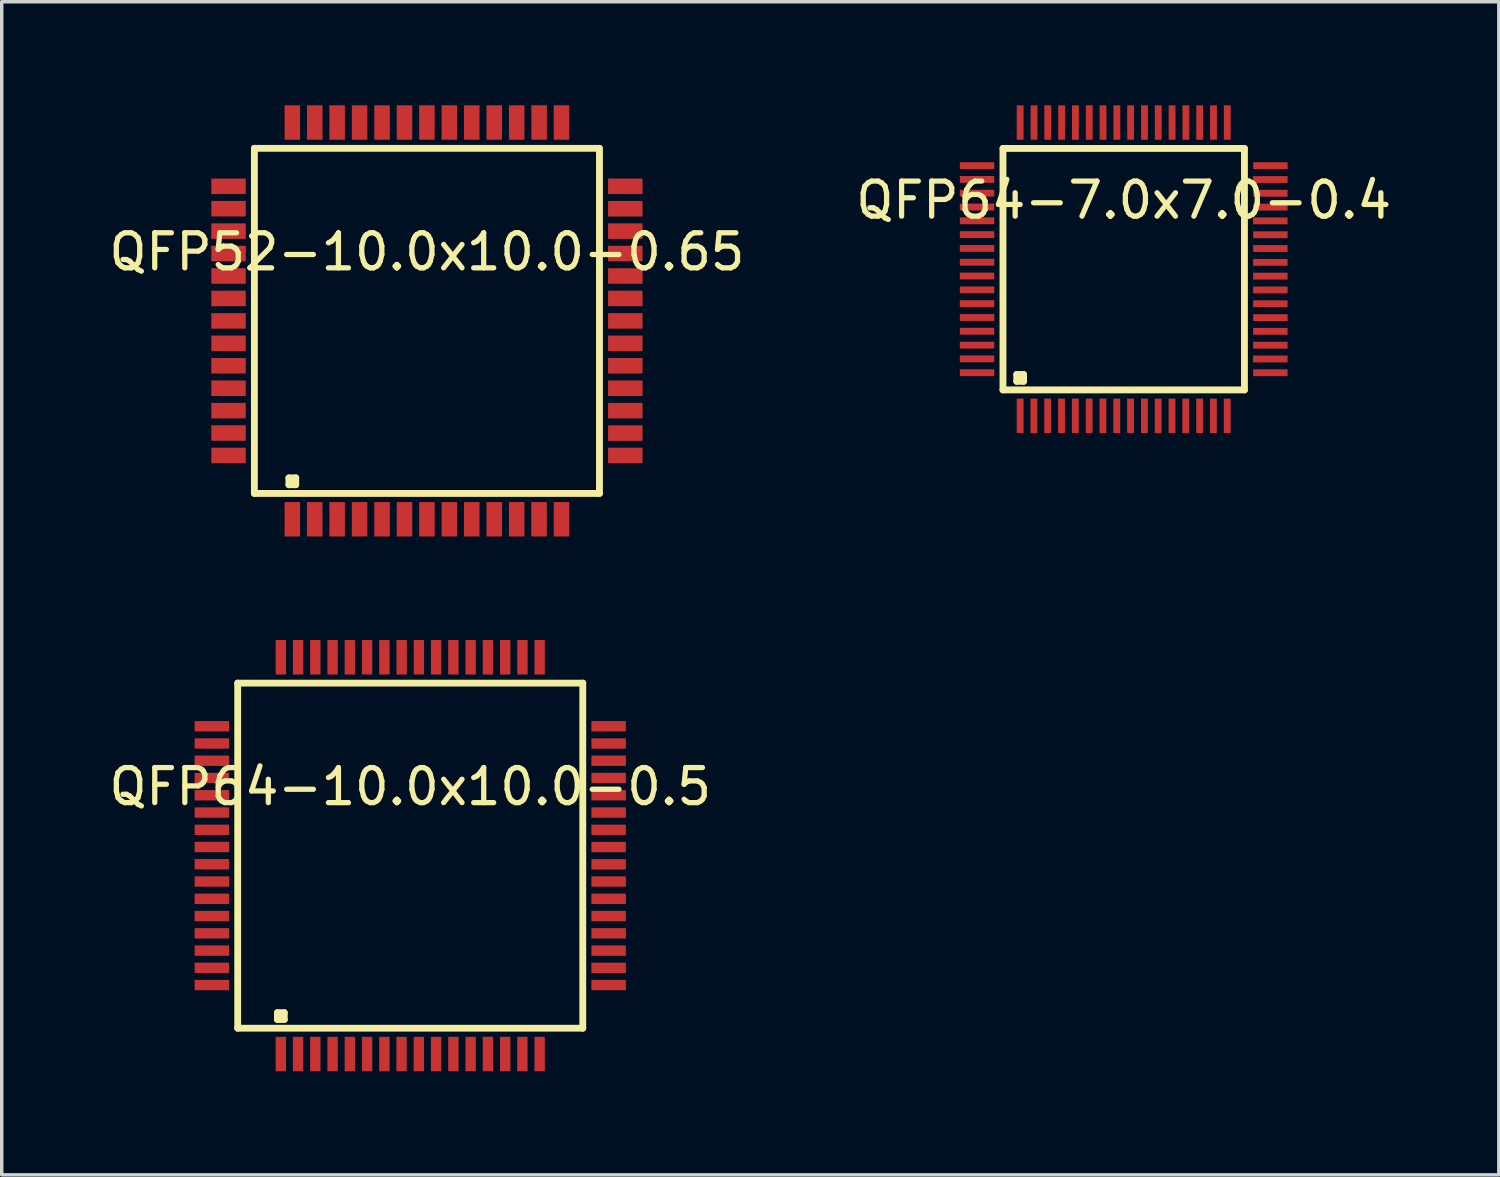
<source format=kicad_pcb>
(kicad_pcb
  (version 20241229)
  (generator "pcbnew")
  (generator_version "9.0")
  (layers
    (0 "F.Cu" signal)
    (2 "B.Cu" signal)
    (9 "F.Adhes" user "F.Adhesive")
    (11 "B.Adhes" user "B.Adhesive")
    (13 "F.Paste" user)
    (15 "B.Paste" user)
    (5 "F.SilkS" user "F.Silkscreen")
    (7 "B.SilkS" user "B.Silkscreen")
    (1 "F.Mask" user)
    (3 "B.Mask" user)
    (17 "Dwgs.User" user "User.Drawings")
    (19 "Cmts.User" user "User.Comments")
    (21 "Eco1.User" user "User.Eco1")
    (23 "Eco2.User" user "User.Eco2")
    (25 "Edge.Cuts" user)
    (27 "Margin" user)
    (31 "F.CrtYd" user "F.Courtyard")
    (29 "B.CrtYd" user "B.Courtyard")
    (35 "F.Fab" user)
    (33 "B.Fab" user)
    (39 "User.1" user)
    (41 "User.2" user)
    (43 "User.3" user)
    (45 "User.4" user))
  (footprint "QFP64-10.0x10.0-0.5"
    (layer "F.Cu")
    (at 8.836 21.741)
    (property "Reference" "QFP64-10.0x10.0-0.5" (at 0 -1.999 0) (layer "F.SilkS") (effects (font (size 1.016 1.016) (thickness 0.152))))
    (attr through_hole)
    (fp_line (start -4.999 -4.999) (end 4.999 -4.999) (stroke (width 0.198) (type solid)) (layer "F.SilkS"))
    (fp_line (start -4.999 4.999) (end -4.999 -4.999) (stroke (width 0.198) (type solid)) (layer "F.SilkS"))
    (fp_line (start -3.848 4.549) (end -3.65 4.549) (stroke (width 0.198) (type solid)) (layer "F.SilkS"))
    (fp_line (start -3.848 4.747) (end -3.848 4.549) (stroke (width 0.198) (type solid)) (layer "F.SilkS"))
    (fp_line (start -3.65 4.549) (end -3.65 4.747) (stroke (width 0.198) (type solid)) (layer "F.SilkS"))
    (fp_line (start -3.65 4.747) (end -3.848 4.747) (stroke (width 0.198) (type solid)) (layer "F.SilkS"))
    (fp_line (start 4.999 -4.999) (end 4.999 4.999) (stroke (width 0.198) (type solid)) (layer "F.SilkS"))
    (fp_line (start 4.999 4.999) (end -4.999 4.999) (stroke (width 0.198) (type solid)) (layer "F.SilkS"))
    (pad "1" smd rect (at -3.749 5.748) (size 0.3 0.998) (layers "*.Mask" "F.Cu"))
    (pad "2" smd rect (at -3.251 5.748) (size 0.3 0.998) (layers "*.Mask" "F.Cu"))
    (pad "3" smd rect (at -2.751 5.748) (size 0.3 0.998) (layers "*.Mask" "F.Cu"))
    (pad "4" smd rect (at -2.25 5.748) (size 0.3 0.998) (layers "*.Mask" "F.Cu"))
    (pad "5" smd rect (at -1.75 5.748) (size 0.3 0.998) (layers "*.Mask" "F.Cu"))
    (pad "6" smd rect (at -1.25 5.748) (size 0.3 0.998) (layers "*.Mask" "F.Cu"))
    (pad "7" smd rect (at -0.749 5.748) (size 0.3 0.998) (layers "*.Mask" "F.Cu"))
    (pad "8" smd rect (at -0.251 5.748) (size 0.3 0.998) (layers "*.Mask" "F.Cu"))
    (pad "9" smd rect (at 0.249 5.748) (size 0.3 0.998) (layers "*.Mask" "F.Cu"))
    (pad "10" smd rect (at 0.749 5.748) (size 0.3 0.998) (layers "*.Mask" "F.Cu"))
    (pad "11" smd rect (at 1.25 5.748) (size 0.3 0.998) (layers "*.Mask" "F.Cu"))
    (pad "12" smd rect (at 1.75 5.748) (size 0.3 0.998) (layers "*.Mask" "F.Cu"))
    (pad "13" smd rect (at 2.25 5.748) (size 0.3 0.998) (layers "*.Mask" "F.Cu"))
    (pad "14" smd rect (at 2.751 5.748) (size 0.3 0.998) (layers "*.Mask" "F.Cu"))
    (pad "15" smd rect (at 3.249 5.748) (size 0.3 0.998) (layers "*.Mask" "F.Cu"))
    (pad "16" smd rect (at 3.749 5.748) (size 0.3 0.998) (layers "*.Mask" "F.Cu"))
    (pad "17" smd rect (at 5.748 3.749 90) (size 0.3 0.998) (layers "*.Mask" "F.Cu"))
    (pad "18" smd rect (at 5.748 3.251 90) (size 0.3 0.998) (layers "*.Mask" "F.Cu"))
    (pad "19" smd rect (at 5.748 2.751 90) (size 0.3 0.998) (layers "*.Mask" "F.Cu"))
    (pad "20" smd rect (at 5.748 2.25 90) (size 0.3 0.998) (layers "*.Mask" "F.Cu"))
    (pad "21" smd rect (at 5.748 1.75 90) (size 0.3 0.998) (layers "*.Mask" "F.Cu"))
    (pad "22" smd rect (at 5.748 1.25 90) (size 0.3 0.998) (layers "*.Mask" "F.Cu"))
    (pad "23" smd rect (at 5.748 0.749 90) (size 0.3 0.998) (layers "*.Mask" "F.Cu"))
    (pad "24" smd rect (at 5.748 0.251 90) (size 0.3 0.998) (layers "*.Mask" "F.Cu"))
    (pad "25" smd rect (at 5.748 -0.249 90) (size 0.3 0.998) (layers "*.Mask" "F.Cu"))
    (pad "26" smd rect (at 5.748 -0.749 90) (size 0.3 0.998) (layers "*.Mask" "F.Cu"))
    (pad "27" smd rect (at 5.748 -1.25 90) (size 0.3 0.998) (layers "*.Mask" "F.Cu"))
    (pad "28" smd rect (at 5.748 -1.75 90) (size 0.3 0.998) (layers "*.Mask" "F.Cu"))
    (pad "29" smd rect (at 5.748 -2.25 90) (size 0.3 0.998) (layers "*.Mask" "F.Cu"))
    (pad "30" smd rect (at 5.748 -2.751 90) (size 0.3 0.998) (layers "*.Mask" "F.Cu"))
    (pad "31" smd rect (at 5.748 -3.249 90) (size 0.3 0.998) (layers "*.Mask" "F.Cu"))
    (pad "32" smd rect (at 5.748 -3.749 90) (size 0.3 0.998) (layers "*.Mask" "F.Cu"))
    (pad "33" smd rect (at 3.749 -5.748) (size 0.3 0.998) (layers "*.Mask" "F.Cu"))
    (pad "34" smd rect (at 3.251 -5.748) (size 0.3 0.998) (layers "*.Mask" "F.Cu"))
    (pad "35" smd rect (at 2.751 -5.748) (size 0.3 0.998) (layers "*.Mask" "F.Cu"))
    (pad "36" smd rect (at 2.25 -5.748) (size 0.3 0.998) (layers "*.Mask" "F.Cu"))
    (pad "37" smd rect (at 1.75 -5.748) (size 0.3 0.998) (layers "*.Mask" "F.Cu"))
    (pad "38" smd rect (at 1.25 -5.748) (size 0.3 0.998) (layers "*.Mask" "F.Cu"))
    (pad "39" smd rect (at 0.749 -5.748) (size 0.3 0.998) (layers "*.Mask" "F.Cu"))
    (pad "40" smd rect (at 0.251 -5.748) (size 0.3 0.998) (layers "*.Mask" "F.Cu"))
    (pad "41" smd rect (at -0.249 -5.748) (size 0.3 0.998) (layers "*.Mask" "F.Cu"))
    (pad "42" smd rect (at -0.749 -5.748) (size 0.3 0.998) (layers "*.Mask" "F.Cu"))
    (pad "43" smd rect (at -1.25 -5.748) (size 0.3 0.998) (layers "*.Mask" "F.Cu"))
    (pad "44" smd rect (at -1.75 -5.748) (size 0.3 0.998) (layers "*.Mask" "F.Cu"))
    (pad "45" smd rect (at -2.25 -5.748) (size 0.3 0.998) (layers "*.Mask" "F.Cu"))
    (pad "46" smd rect (at -2.751 -5.748) (size 0.3 0.998) (layers "*.Mask" "F.Cu"))
    (pad "47" smd rect (at -3.249 -5.748) (size 0.3 0.998) (layers "*.Mask" "F.Cu"))
    (pad "48" smd rect (at -3.749 -5.748) (size 0.3 0.998) (layers "*.Mask" "F.Cu"))
    (pad "49" smd rect (at -5.748 -3.749 90) (size 0.3 0.998) (layers "*.Mask" "F.Cu"))
    (pad "50" smd rect (at -5.748 -3.251 90) (size 0.3 0.998) (layers "*.Mask" "F.Cu"))
    (pad "51" smd rect (at -5.748 -2.751 90) (size 0.3 0.998) (layers "*.Mask" "F.Cu"))
    (pad "52" smd rect (at -5.748 -2.25 90) (size 0.3 0.998) (layers "*.Mask" "F.Cu"))
    (pad "53" smd rect (at -5.748 -1.75 90) (size 0.3 0.998) (layers "*.Mask" "F.Cu"))
    (pad "54" smd rect (at -5.748 -1.25 90) (size 0.3 0.998) (layers "*.Mask" "F.Cu"))
    (pad "55" smd rect (at -5.748 -0.749 90) (size 0.3 0.998) (layers "*.Mask" "F.Cu"))
    (pad "56" smd rect (at -5.748 -0.251 90) (size 0.3 0.998) (layers "*.Mask" "F.Cu"))
    (pad "57" smd rect (at -5.748 0.249 90) (size 0.3 0.998) (layers "*.Mask" "F.Cu"))
    (pad "58" smd rect (at -5.748 0.749 90) (size 0.3 0.998) (layers "*.Mask" "F.Cu"))
    (pad "59" smd rect (at -5.748 1.25 90) (size 0.3 0.998) (layers "*.Mask" "F.Cu"))
    (pad "60" smd rect (at -5.748 1.75 90) (size 0.3 0.998) (layers "*.Mask" "F.Cu"))
    (pad "61" smd rect (at -5.748 2.25 90) (size 0.3 0.998) (layers "*.Mask" "F.Cu"))
    (pad "62" smd rect (at -5.748 2.751 90) (size 0.3 0.998) (layers "*.Mask" "F.Cu"))
    (pad "63" smd rect (at -5.748 3.249 90) (size 0.3 0.998) (layers "*.Mask" "F.Cu"))
    (pad "64" smd rect (at -5.748 3.749 90) (size 0.3 0.998) (layers "*.Mask" "F.Cu")))
  (footprint "QFP64-7.0x7.0-0.4"
    (layer "F.Cu")
    (at 29.507 4.749)
    (property "Reference" "QFP64-7.0x7.0-0.4" (at 0 -1.999 0) (layer "F.SilkS") (effects (font (size 1.016 1.016) (thickness 0.152))))
    (attr through_hole)
    (fp_line (start -3.498 -3.498) (end 3.498 -3.498) (stroke (width 0.198) (type solid)) (layer "F.SilkS"))
    (fp_line (start -3.498 3.498) (end -3.498 -3.498) (stroke (width 0.198) (type solid)) (layer "F.SilkS"))
    (fp_line (start -3.099 3.051) (end -2.901 3.051) (stroke (width 0.198) (type solid)) (layer "F.SilkS"))
    (fp_line (start -3.099 3.249) (end -3.099 3.051) (stroke (width 0.198) (type solid)) (layer "F.SilkS"))
    (fp_line (start -2.901 3.051) (end -2.901 3.249) (stroke (width 0.198) (type solid)) (layer "F.SilkS"))
    (fp_line (start -2.901 3.249) (end -3.099 3.249) (stroke (width 0.198) (type solid)) (layer "F.SilkS"))
    (fp_line (start 3.498 -3.498) (end 3.498 3.498) (stroke (width 0.198) (type solid)) (layer "F.SilkS"))
    (fp_line (start 3.498 3.498) (end -3.498 3.498) (stroke (width 0.198) (type solid)) (layer "F.SilkS"))
    (pad "1" smd rect (at -3 4.249) (size 0.198 0.998) (layers "*.Mask" "F.Cu"))
    (pad "2" smd rect (at -2.601 4.249) (size 0.198 0.998) (layers "*.Mask" "F.Cu"))
    (pad "3" smd rect (at -2.202 4.249) (size 0.198 0.998) (layers "*.Mask" "F.Cu"))
    (pad "4" smd rect (at -1.801 4.249) (size 0.198 0.998) (layers "*.Mask" "F.Cu"))
    (pad "5" smd rect (at -1.402 4.249) (size 0.198 0.998) (layers "*.Mask" "F.Cu"))
    (pad "6" smd rect (at -1.001 4.249) (size 0.198 0.998) (layers "*.Mask" "F.Cu"))
    (pad "7" smd rect (at -0.602 4.249) (size 0.198 0.998) (layers "*.Mask" "F.Cu"))
    (pad "8" smd rect (at -0.201 4.249) (size 0.198 0.998) (layers "*.Mask" "F.Cu"))
    (pad "9" smd rect (at 0.198 4.249) (size 0.198 0.998) (layers "*.Mask" "F.Cu"))
    (pad "10" smd rect (at 0.599 4.249) (size 0.198 0.998) (layers "*.Mask" "F.Cu"))
    (pad "11" smd rect (at 0.998 4.249) (size 0.198 0.998) (layers "*.Mask" "F.Cu"))
    (pad "12" smd rect (at 1.4 4.249) (size 0.198 0.998) (layers "*.Mask" "F.Cu"))
    (pad "13" smd rect (at 1.798 4.249) (size 0.198 0.998) (layers "*.Mask" "F.Cu"))
    (pad "14" smd rect (at 2.2 4.249) (size 0.198 0.998) (layers "*.Mask" "F.Cu"))
    (pad "15" smd rect (at 2.598 4.249) (size 0.198 0.998) (layers "*.Mask" "F.Cu"))
    (pad "16" smd rect (at 3 4.249) (size 0.198 0.998) (layers "*.Mask" "F.Cu"))
    (pad "17" smd rect (at 4.249 3 90) (size 0.198 0.998) (layers "*.Mask" "F.Cu"))
    (pad "18" smd rect (at 4.249 2.601 90) (size 0.198 0.998) (layers "*.Mask" "F.Cu"))
    (pad "19" smd rect (at 4.249 2.202 90) (size 0.198 0.998) (layers "*.Mask" "F.Cu"))
    (pad "20" smd rect (at 4.249 1.801 90) (size 0.198 0.998) (layers "*.Mask" "F.Cu"))
    (pad "21" smd rect (at 4.249 1.402 90) (size 0.198 0.998) (layers "*.Mask" "F.Cu"))
    (pad "22" smd rect (at 4.249 1.001 90) (size 0.198 0.998) (layers "*.Mask" "F.Cu"))
    (pad "23" smd rect (at 4.249 0.602 90) (size 0.198 0.998) (layers "*.Mask" "F.Cu"))
    (pad "24" smd rect (at 4.249 0.201 90) (size 0.198 0.998) (layers "*.Mask" "F.Cu"))
    (pad "25" smd rect (at 4.249 -0.198 90) (size 0.198 0.998) (layers "*.Mask" "F.Cu"))
    (pad "26" smd rect (at 4.249 -0.599 90) (size 0.198 0.998) (layers "*.Mask" "F.Cu"))
    (pad "27" smd rect (at 4.249 -0.998 90) (size 0.198 0.998) (layers "*.Mask" "F.Cu"))
    (pad "28" smd rect (at 4.249 -1.4 90) (size 0.198 0.998) (layers "*.Mask" "F.Cu"))
    (pad "29" smd rect (at 4.249 -1.798 90) (size 0.198 0.998) (layers "*.Mask" "F.Cu"))
    (pad "30" smd rect (at 4.249 -2.2 90) (size 0.198 0.998) (layers "*.Mask" "F.Cu"))
    (pad "31" smd rect (at 4.249 -2.598 90) (size 0.198 0.998) (layers "*.Mask" "F.Cu"))
    (pad "32" smd rect (at 4.249 -3 90) (size 0.198 0.998) (layers "*.Mask" "F.Cu"))
    (pad "33" smd rect (at 3 -4.249) (size 0.198 0.998) (layers "*.Mask" "F.Cu"))
    (pad "34" smd rect (at 2.601 -4.249) (size 0.198 0.998) (layers "*.Mask" "F.Cu"))
    (pad "35" smd rect (at 2.202 -4.249) (size 0.198 0.998) (layers "*.Mask" "F.Cu"))
    (pad "36" smd rect (at 1.801 -4.249) (size 0.198 0.998) (layers "*.Mask" "F.Cu"))
    (pad "37" smd rect (at 1.402 -4.249) (size 0.198 0.998) (layers "*.Mask" "F.Cu"))
    (pad "38" smd rect (at 1.001 -4.249) (size 0.198 0.998) (layers "*.Mask" "F.Cu"))
    (pad "39" smd rect (at 0.602 -4.249) (size 0.198 0.998) (layers "*.Mask" "F.Cu"))
    (pad "40" smd rect (at 0.201 -4.249) (size 0.198 0.998) (layers "*.Mask" "F.Cu"))
    (pad "41" smd rect (at -0.198 -4.249) (size 0.198 0.998) (layers "*.Mask" "F.Cu"))
    (pad "42" smd rect (at -0.599 -4.249) (size 0.198 0.998) (layers "*.Mask" "F.Cu"))
    (pad "43" smd rect (at -0.998 -4.249) (size 0.198 0.998) (layers "*.Mask" "F.Cu"))
    (pad "44" smd rect (at -1.4 -4.249) (size 0.198 0.998) (layers "*.Mask" "F.Cu"))
    (pad "45" smd rect (at -1.798 -4.249) (size 0.198 0.998) (layers "*.Mask" "F.Cu"))
    (pad "46" smd rect (at -2.2 -4.249) (size 0.198 0.998) (layers "*.Mask" "F.Cu"))
    (pad "47" smd rect (at -2.598 -4.249) (size 0.198 0.998) (layers "*.Mask" "F.Cu"))
    (pad "48" smd rect (at -3 -4.249) (size 0.198 0.998) (layers "*.Mask" "F.Cu"))
    (pad "49" smd rect (at -4.249 -3 90) (size 0.198 0.998) (layers "*.Mask" "F.Cu"))
    (pad "50" smd rect (at -4.249 -2.601 90) (size 0.198 0.998) (layers "*.Mask" "F.Cu"))
    (pad "51" smd rect (at -4.249 -2.202 90) (size 0.198 0.998) (layers "*.Mask" "F.Cu"))
    (pad "52" smd rect (at -4.249 -1.801 90) (size 0.198 0.998) (layers "*.Mask" "F.Cu"))
    (pad "53" smd rect (at -4.249 -1.402 90) (size 0.198 0.998) (layers "*.Mask" "F.Cu"))
    (pad "54" smd rect (at -4.249 -1.001 90) (size 0.198 0.998) (layers "*.Mask" "F.Cu"))
    (pad "55" smd rect (at -4.249 -0.602 90) (size 0.198 0.998) (layers "*.Mask" "F.Cu"))
    (pad "56" smd rect (at -4.249 -0.201 90) (size 0.198 0.998) (layers "*.Mask" "F.Cu"))
    (pad "57" smd rect (at -4.249 0.198 90) (size 0.198 0.998) (layers "*.Mask" "F.Cu"))
    (pad "58" smd rect (at -4.249 0.599 90) (size 0.198 0.998) (layers "*.Mask" "F.Cu"))
    (pad "59" smd rect (at -4.249 0.998 90) (size 0.198 0.998) (layers "*.Mask" "F.Cu"))
    (pad "60" smd rect (at -4.249 1.4 90) (size 0.198 0.998) (layers "*.Mask" "F.Cu"))
    (pad "61" smd rect (at -4.249 1.798 90) (size 0.198 0.998) (layers "*.Mask" "F.Cu"))
    (pad "62" smd rect (at -4.249 2.2 90) (size 0.198 0.998) (layers "*.Mask" "F.Cu"))
    (pad "63" smd rect (at -4.249 2.598 90) (size 0.198 0.998) (layers "*.Mask" "F.Cu"))
    (pad "64" smd rect (at -4.249 3 90) (size 0.198 0.998) (layers "*.Mask" "F.Cu")))
  (footprint "QFP52-10.0x10.0-0.65"
    (layer "F.Cu")
    (at 9.319 6.247)
    (property "Reference" "QFP52-10.0x10.0-0.65" (at 0 -1.999 0) (layer "F.SilkS") (effects (font (size 1.016 1.016) (thickness 0.152))))
    (attr through_hole)
    (fp_line (start -4.999 -4.999) (end 4.999 -4.999) (stroke (width 0.198) (type solid)) (layer "F.SilkS"))
    (fp_line (start -4.999 4.999) (end -4.999 -4.999) (stroke (width 0.198) (type solid)) (layer "F.SilkS"))
    (fp_line (start -3.998 4.549) (end -3.8 4.549) (stroke (width 0.198) (type solid)) (layer "F.SilkS"))
    (fp_line (start -3.998 4.747) (end -3.998 4.549) (stroke (width 0.198) (type solid)) (layer "F.SilkS"))
    (fp_line (start -3.8 4.549) (end -3.8 4.747) (stroke (width 0.198) (type solid)) (layer "F.SilkS"))
    (fp_line (start -3.8 4.747) (end -3.998 4.747) (stroke (width 0.198) (type solid)) (layer "F.SilkS"))
    (fp_line (start 4.999 -4.999) (end 4.999 4.999) (stroke (width 0.198) (type solid)) (layer "F.SilkS"))
    (fp_line (start 4.999 4.999) (end -4.999 4.999) (stroke (width 0.198) (type solid)) (layer "F.SilkS"))
    (pad "1" smd rect (at -3.899 5.748) (size 0.45 0.998) (layers "*.Mask" "F.Cu"))
    (pad "2" smd rect (at -3.251 5.748) (size 0.45 0.998) (layers "*.Mask" "F.Cu"))
    (pad "3" smd rect (at -2.601 5.748) (size 0.45 0.998) (layers "*.Mask" "F.Cu"))
    (pad "4" smd rect (at -1.951 5.748) (size 0.45 0.998) (layers "*.Mask" "F.Cu"))
    (pad "5" smd rect (at -1.3 5.748) (size 0.45 0.998) (layers "*.Mask" "F.Cu"))
    (pad "6" smd rect (at -0.65 5.748) (size 0.45 0.998) (layers "*.Mask" "F.Cu"))
    (pad "7" smd rect (at 0 5.748) (size 0.45 0.998) (layers "*.Mask" "F.Cu"))
    (pad "8" smd rect (at 0.65 5.748) (size 0.45 0.998) (layers "*.Mask" "F.Cu"))
    (pad "9" smd rect (at 1.3 5.748) (size 0.45 0.998) (layers "*.Mask" "F.Cu"))
    (pad "10" smd rect (at 1.951 5.748) (size 0.45 0.998) (layers "*.Mask" "F.Cu"))
    (pad "11" smd rect (at 2.601 5.748) (size 0.45 0.998) (layers "*.Mask" "F.Cu"))
    (pad "12" smd rect (at 3.249 5.748) (size 0.45 0.998) (layers "*.Mask" "F.Cu"))
    (pad "13" smd rect (at 3.899 5.748) (size 0.45 0.998) (layers "*.Mask" "F.Cu"))
    (pad "14" smd rect (at 5.748 3.899 90) (size 0.45 0.998) (layers "*.Mask" "F.Cu"))
    (pad "15" smd rect (at 5.748 3.251 90) (size 0.45 0.998) (layers "*.Mask" "F.Cu"))
    (pad "16" smd rect (at 5.748 2.601 90) (size 0.45 0.998) (layers "*.Mask" "F.Cu"))
    (pad "17" smd rect (at 5.748 1.951 90) (size 0.45 0.998) (layers "*.Mask" "F.Cu"))
    (pad "18" smd rect (at 5.748 1.3 90) (size 0.45 0.998) (layers "*.Mask" "F.Cu"))
    (pad "19" smd rect (at 5.748 0.65 90) (size 0.45 0.998) (layers "*.Mask" "F.Cu"))
    (pad "20" smd rect (at 5.748 0 90) (size 0.45 0.998) (layers "*.Mask" "F.Cu"))
    (pad "21" smd rect (at 5.748 -0.65 90) (size 0.45 0.998) (layers "*.Mask" "F.Cu"))
    (pad "22" smd rect (at 5.748 -1.3 90) (size 0.45 0.998) (layers "*.Mask" "F.Cu"))
    (pad "23" smd rect (at 5.748 -1.951 90) (size 0.45 0.998) (layers "*.Mask" "F.Cu"))
    (pad "24" smd rect (at 5.748 -2.601 90) (size 0.45 0.998) (layers "*.Mask" "F.Cu"))
    (pad "25" smd rect (at 5.748 -3.249 90) (size 0.45 0.998) (layers "*.Mask" "F.Cu"))
    (pad "26" smd rect (at 5.748 -3.899 90) (size 0.45 0.998) (layers "*.Mask" "F.Cu"))
    (pad "27" smd rect (at 3.899 -5.748) (size 0.45 0.998) (layers "*.Mask" "F.Cu"))
    (pad "28" smd rect (at 3.251 -5.748) (size 0.45 0.998) (layers "*.Mask" "F.Cu"))
    (pad "29" smd rect (at 2.601 -5.748) (size 0.45 0.998) (layers "*.Mask" "F.Cu"))
    (pad "30" smd rect (at 1.951 -5.748) (size 0.45 0.998) (layers "*.Mask" "F.Cu"))
    (pad "31" smd rect (at 1.3 -5.748) (size 0.45 0.998) (layers "*.Mask" "F.Cu"))
    (pad "32" smd rect (at 0.65 -5.748) (size 0.45 0.998) (layers "*.Mask" "F.Cu"))
    (pad "33" smd rect (at 0 -5.748) (size 0.45 0.998) (layers "*.Mask" "F.Cu"))
    (pad "34" smd rect (at -0.65 -5.748) (size 0.45 0.998) (layers "*.Mask" "F.Cu"))
    (pad "35" smd rect (at -1.3 -5.748) (size 0.45 0.998) (layers "*.Mask" "F.Cu"))
    (pad "36" smd rect (at -1.951 -5.748) (size 0.45 0.998) (layers "*.Mask" "F.Cu"))
    (pad "37" smd rect (at -2.601 -5.748) (size 0.45 0.998) (layers "*.Mask" "F.Cu"))
    (pad "38" smd rect (at -3.249 -5.748) (size 0.45 0.998) (layers "*.Mask" "F.Cu"))
    (pad "39" smd rect (at -3.899 -5.748) (size 0.45 0.998) (layers "*.Mask" "F.Cu"))
    (pad "40" smd rect (at -5.748 -3.899 90) (size 0.45 0.998) (layers "*.Mask" "F.Cu"))
    (pad "41" smd rect (at -5.748 -3.251 90) (size 0.45 0.998) (layers "*.Mask" "F.Cu"))
    (pad "42" smd rect (at -5.748 -2.601 90) (size 0.45 0.998) (layers "*.Mask" "F.Cu"))
    (pad "43" smd rect (at -5.748 -1.951 90) (size 0.45 0.998) (layers "*.Mask" "F.Cu"))
    (pad "44" smd rect (at -5.748 -1.3 90) (size 0.45 0.998) (layers "*.Mask" "F.Cu"))
    (pad "45" smd rect (at -5.748 -0.65 90) (size 0.45 0.998) (layers "*.Mask" "F.Cu"))
    (pad "46" smd rect (at -5.748 0 90) (size 0.45 0.998) (layers "*.Mask" "F.Cu"))
    (pad "47" smd rect (at -5.748 0.65 90) (size 0.45 0.998) (layers "*.Mask" "F.Cu"))
    (pad "48" smd rect (at -5.748 1.3 90) (size 0.45 0.998) (layers "*.Mask" "F.Cu"))
    (pad "49" smd rect (at -5.748 1.951 90) (size 0.45 0.998) (layers "*.Mask" "F.Cu"))
    (pad "50" smd rect (at -5.748 2.601 90) (size 0.45 0.998) (layers "*.Mask" "F.Cu"))
    (pad "51" smd rect (at -5.748 3.249 90) (size 0.45 0.998) (layers "*.Mask" "F.Cu"))
    (pad "52" smd rect (at -5.748 3.899 90) (size 0.45 0.998) (layers "*.Mask" "F.Cu")))
  (gr_rect
    (start -3 -3)
    (end 40.375 30.989)
    (stroke (width 0.1) (type default))
    (fill no)
    (layer "Edge.Cuts")))
</source>
